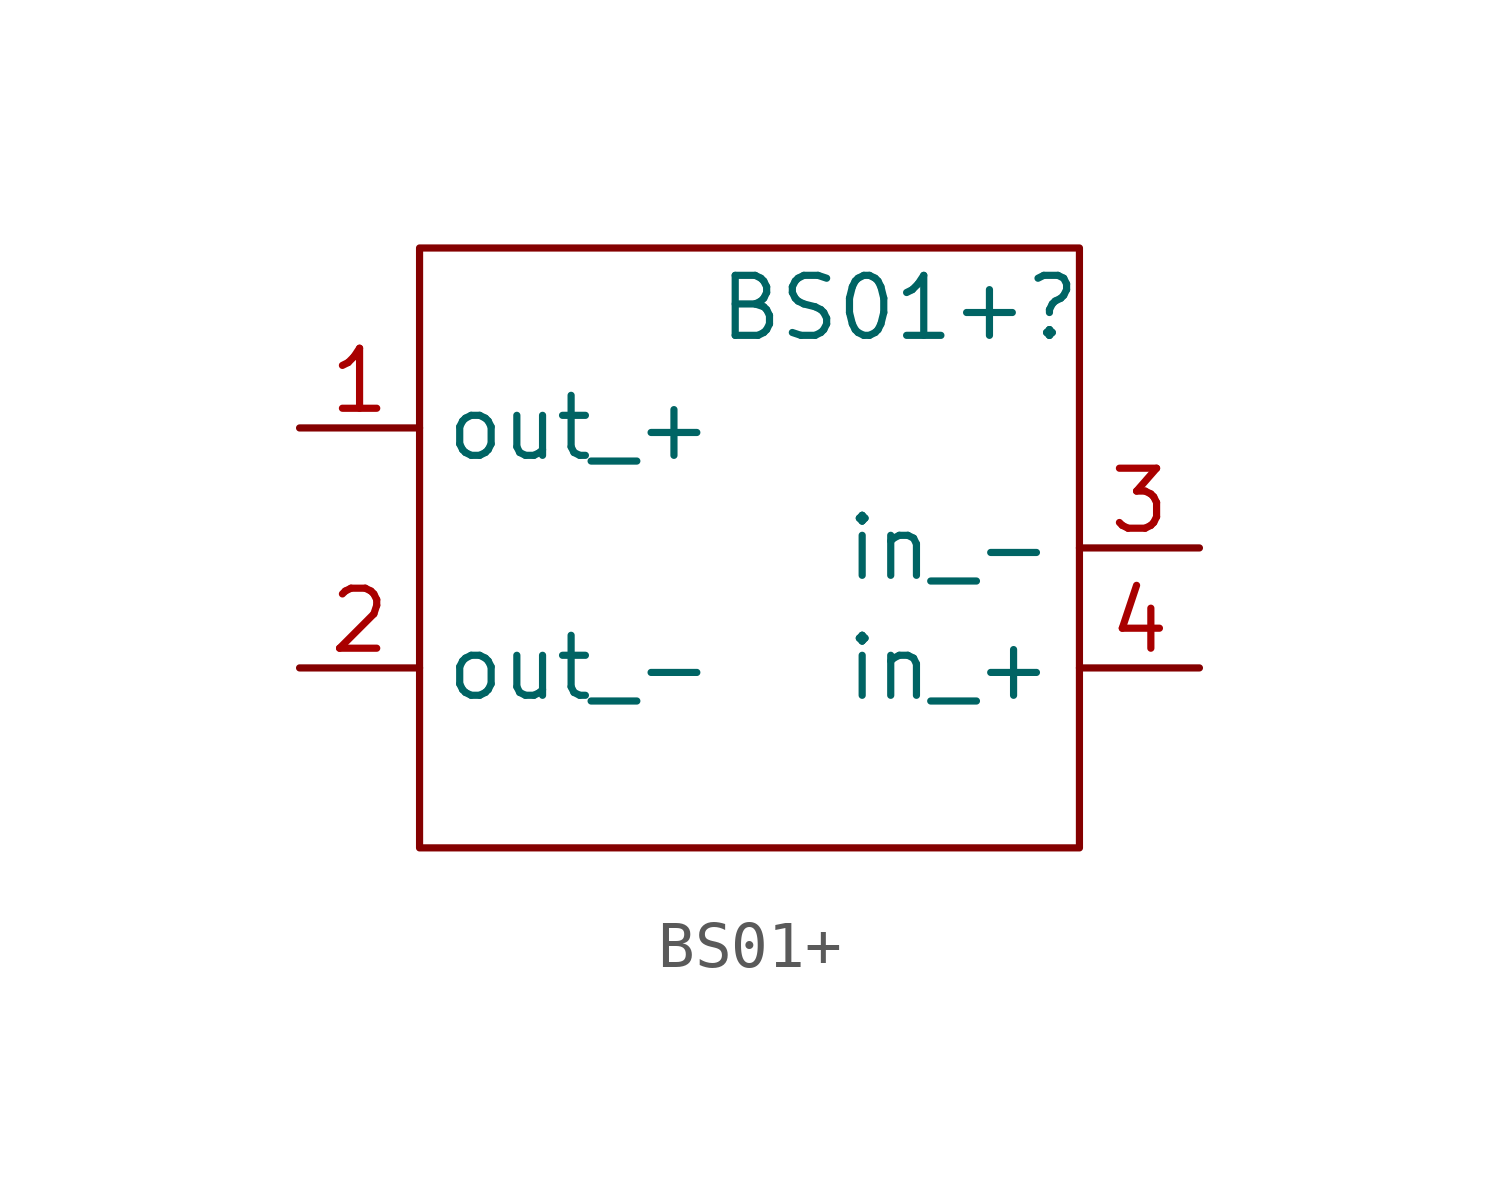
<source format=kicad_sym>
(kicad_symbol_lib
  (version 20220914)
  (generator kicad_symbol_editor)
  (symbol "BS01+"
    (property "Reference" "BS01+"
      (at 3.81 5.08 0)
      (effects (font (size 1.27 1.27))))
    (property "Value" ""
      (at 0 0 0)
      (effects (font (size 1.27 1.27))))
    (symbol "BS01+_0_1"
      (rectangle (start -6.35 6.35) (end 7.62 -6.35) (stroke (width 0) (type default)) (fill (type none))))
    (symbol "BS01+_1_1"
      (pin output line (at -8.89 2.54 0) (length 2.54) (name "out_+" (effects (font (size 1.27 1.27)))) (number "1" (effects (font (size 1.27 1.27)))))
      (pin output line (at -8.89 -2.54 0) (length 2.54) (name "out_-" (effects (font (size 1.27 1.27)))) (number "2" (effects (font (size 1.27 1.27)))))
      (pin input line (at 10.16 0 180) (length 2.54) (name "in_-" (effects (font (size 1.27 1.27)))) (number "3" (effects (font (size 1.27 1.27)))))
      (pin input line (at 10.16 -2.54 180) (length 2.54) (name "in_+" (effects (font (size 1.27 1.27)))) (number "4" (effects (font (size 1.27 1.27))))))))
</source>
